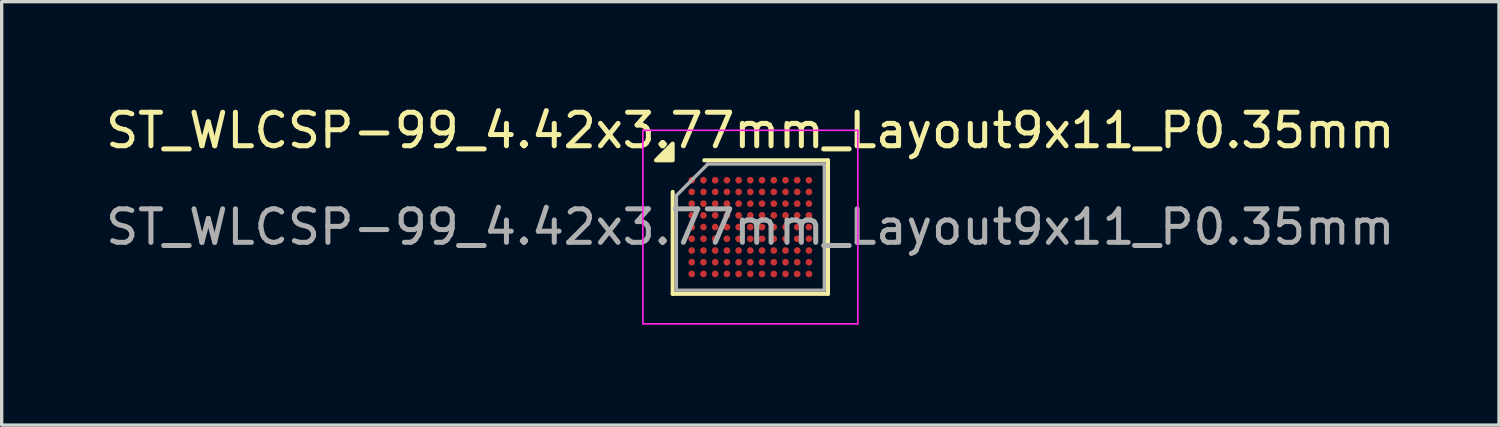
<source format=kicad_pcb>
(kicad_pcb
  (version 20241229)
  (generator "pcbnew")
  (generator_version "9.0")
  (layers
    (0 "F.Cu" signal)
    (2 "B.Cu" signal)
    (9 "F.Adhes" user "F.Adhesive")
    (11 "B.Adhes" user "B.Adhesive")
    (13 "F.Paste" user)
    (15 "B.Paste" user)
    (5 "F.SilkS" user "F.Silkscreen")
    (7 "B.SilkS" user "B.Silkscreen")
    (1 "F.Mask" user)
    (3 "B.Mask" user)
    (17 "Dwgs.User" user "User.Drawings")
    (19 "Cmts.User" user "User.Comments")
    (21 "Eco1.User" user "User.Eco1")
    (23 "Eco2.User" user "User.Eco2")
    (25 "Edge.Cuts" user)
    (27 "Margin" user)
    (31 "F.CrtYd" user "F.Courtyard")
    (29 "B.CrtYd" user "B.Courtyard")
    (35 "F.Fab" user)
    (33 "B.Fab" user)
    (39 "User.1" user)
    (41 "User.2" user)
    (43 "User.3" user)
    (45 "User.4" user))
  (footprint "ST_WLCSP-99_4.42x3.77mm_Layout9x11_P0.35mm"
    (layer "F.Cu")
    (at 19.363 3.733)
    (property "Reference" "ST_WLCSP-99_4.42x3.77mm_Layout9x11_P0.35mm" (at 0 -2.885 0) (layer "F.SilkS") (effects (font (size 1 1) (thickness 0.15))))
    (attr smd)
    (fp_line (start -2.32 1.995) (end -2.32 -1.052) (stroke (width 0.12) (type solid)) (layer "F.SilkS"))
    (fp_line (start -1.377 -1.995) (end 2.32 -1.995) (stroke (width 0.12) (type solid)) (layer "F.SilkS"))
    (fp_line (start 2.32 -1.995) (end 2.32 1.995) (stroke (width 0.12) (type solid)) (layer "F.SilkS"))
    (fp_line (start 2.32 1.995) (end -2.32 1.995) (stroke (width 0.12) (type solid)) (layer "F.SilkS"))
    (fp_poly (pts (xy -2.32 -1.995) (xy -2.82 -1.995) (xy -2.32 -2.495) (xy -2.32 -1.995)) (stroke (width 0.12) (type solid)) (fill yes) (layer "F.SilkS"))
    (fp_line (start -3.21 -2.89) (end -3.21 2.89) (stroke (width 0.05) (type solid)) (layer "F.CrtYd"))
    (fp_line (start -3.21 2.89) (end 3.21 2.89) (stroke (width 0.05) (type solid)) (layer "F.CrtYd"))
    (fp_line (start 3.21 -2.89) (end -3.21 -2.89) (stroke (width 0.05) (type solid)) (layer "F.CrtYd"))
    (fp_line (start 3.21 2.89) (end 3.21 -2.89) (stroke (width 0.05) (type solid)) (layer "F.CrtYd"))
    (fp_line (start -2.21 -0.943) (end -1.268 -1.885) (stroke (width 0.1) (type solid)) (layer "F.Fab"))
    (fp_line (start -2.21 1.885) (end -2.21 -0.943) (stroke (width 0.1) (type solid)) (layer "F.Fab"))
    (fp_line (start -1.268 -1.885) (end 2.21 -1.885) (stroke (width 0.1) (type solid)) (layer "F.Fab"))
    (fp_line (start 2.21 -1.885) (end 2.21 1.885) (stroke (width 0.1) (type solid)) (layer "F.Fab"))
    (fp_line (start 2.21 1.885) (end -2.21 1.885) (stroke (width 0.1) (type solid)) (layer "F.Fab"))
    (fp_text user "${REFERENCE}" (at 0 0 0) (layer "F.Fab") (effects (font (size 1 1) (thickness 0.15))))
    (pad "A1" smd circle (at -1.75 -1.4) (size 0.2 0.2) (property pad_prop_bga) (layers "F.Cu" "F.Mask" "F.Paste"))
    (pad "A2" smd circle (at -1.4 -1.4) (size 0.2 0.2) (property pad_prop_bga) (layers "F.Cu" "F.Mask" "F.Paste"))
    (pad "A3" smd circle (at -1.05 -1.4) (size 0.2 0.2) (property pad_prop_bga) (layers "F.Cu" "F.Mask" "F.Paste"))
    (pad "A4" smd circle (at -0.7 -1.4) (size 0.2 0.2) (property pad_prop_bga) (layers "F.Cu" "F.Mask" "F.Paste"))
    (pad "A5" smd circle (at -0.35 -1.4) (size 0.2 0.2) (property pad_prop_bga) (layers "F.Cu" "F.Mask" "F.Paste"))
    (pad "A6" smd circle (at 0 -1.4) (size 0.2 0.2) (property pad_prop_bga) (layers "F.Cu" "F.Mask" "F.Paste"))
    (pad "A7" smd circle (at 0.35 -1.4) (size 0.2 0.2) (property pad_prop_bga) (layers "F.Cu" "F.Mask" "F.Paste"))
    (pad "A8" smd circle (at 0.7 -1.4) (size 0.2 0.2) (property pad_prop_bga) (layers "F.Cu" "F.Mask" "F.Paste"))
    (pad "A9" smd circle (at 1.05 -1.4) (size 0.2 0.2) (property pad_prop_bga) (layers "F.Cu" "F.Mask" "F.Paste"))
    (pad "A10" smd circle (at 1.4 -1.4) (size 0.2 0.2) (property pad_prop_bga) (layers "F.Cu" "F.Mask" "F.Paste"))
    (pad "A11" smd circle (at 1.75 -1.4) (size 0.2 0.2) (property pad_prop_bga) (layers "F.Cu" "F.Mask" "F.Paste"))
    (pad "B1" smd circle (at -1.75 -1.05) (size 0.2 0.2) (property pad_prop_bga) (layers "F.Cu" "F.Mask" "F.Paste"))
    (pad "B2" smd circle (at -1.4 -1.05) (size 0.2 0.2) (property pad_prop_bga) (layers "F.Cu" "F.Mask" "F.Paste"))
    (pad "B3" smd circle (at -1.05 -1.05) (size 0.2 0.2) (property pad_prop_bga) (layers "F.Cu" "F.Mask" "F.Paste"))
    (pad "B4" smd circle (at -0.7 -1.05) (size 0.2 0.2) (property pad_prop_bga) (layers "F.Cu" "F.Mask" "F.Paste"))
    (pad "B5" smd circle (at -0.35 -1.05) (size 0.2 0.2) (property pad_prop_bga) (layers "F.Cu" "F.Mask" "F.Paste"))
    (pad "B6" smd circle (at 0 -1.05) (size 0.2 0.2) (property pad_prop_bga) (layers "F.Cu" "F.Mask" "F.Paste"))
    (pad "B7" smd circle (at 0.35 -1.05) (size 0.2 0.2) (property pad_prop_bga) (layers "F.Cu" "F.Mask" "F.Paste"))
    (pad "B8" smd circle (at 0.7 -1.05) (size 0.2 0.2) (property pad_prop_bga) (layers "F.Cu" "F.Mask" "F.Paste"))
    (pad "B9" smd circle (at 1.05 -1.05) (size 0.2 0.2) (property pad_prop_bga) (layers "F.Cu" "F.Mask" "F.Paste"))
    (pad "B10" smd circle (at 1.4 -1.05) (size 0.2 0.2) (property pad_prop_bga) (layers "F.Cu" "F.Mask" "F.Paste"))
    (pad "B11" smd circle (at 1.75 -1.05) (size 0.2 0.2) (property pad_prop_bga) (layers "F.Cu" "F.Mask" "F.Paste"))
    (pad "C1" smd circle (at -1.75 -0.7) (size 0.2 0.2) (property pad_prop_bga) (layers "F.Cu" "F.Mask" "F.Paste"))
    (pad "C2" smd circle (at -1.4 -0.7) (size 0.2 0.2) (property pad_prop_bga) (layers "F.Cu" "F.Mask" "F.Paste"))
    (pad "C3" smd circle (at -1.05 -0.7) (size 0.2 0.2) (property pad_prop_bga) (layers "F.Cu" "F.Mask" "F.Paste"))
    (pad "C4" smd circle (at -0.7 -0.7) (size 0.2 0.2) (property pad_prop_bga) (layers "F.Cu" "F.Mask" "F.Paste"))
    (pad "C5" smd circle (at -0.35 -0.7) (size 0.2 0.2) (property pad_prop_bga) (layers "F.Cu" "F.Mask" "F.Paste"))
    (pad "C6" smd circle (at 0 -0.7) (size 0.2 0.2) (property pad_prop_bga) (layers "F.Cu" "F.Mask" "F.Paste"))
    (pad "C7" smd circle (at 0.35 -0.7) (size 0.2 0.2) (property pad_prop_bga) (layers "F.Cu" "F.Mask" "F.Paste"))
    (pad "C8" smd circle (at 0.7 -0.7) (size 0.2 0.2) (property pad_prop_bga) (layers "F.Cu" "F.Mask" "F.Paste"))
    (pad "C9" smd circle (at 1.05 -0.7) (size 0.2 0.2) (property pad_prop_bga) (layers "F.Cu" "F.Mask" "F.Paste"))
    (pad "C10" smd circle (at 1.4 -0.7) (size 0.2 0.2) (property pad_prop_bga) (layers "F.Cu" "F.Mask" "F.Paste"))
    (pad "C11" smd circle (at 1.75 -0.7) (size 0.2 0.2) (property pad_prop_bga) (layers "F.Cu" "F.Mask" "F.Paste"))
    (pad "D1" smd circle (at -1.75 -0.35) (size 0.2 0.2) (property pad_prop_bga) (layers "F.Cu" "F.Mask" "F.Paste"))
    (pad "D2" smd circle (at -1.4 -0.35) (size 0.2 0.2) (property pad_prop_bga) (layers "F.Cu" "F.Mask" "F.Paste"))
    (pad "D3" smd circle (at -1.05 -0.35) (size 0.2 0.2) (property pad_prop_bga) (layers "F.Cu" "F.Mask" "F.Paste"))
    (pad "D4" smd circle (at -0.7 -0.35) (size 0.2 0.2) (property pad_prop_bga) (layers "F.Cu" "F.Mask" "F.Paste"))
    (pad "D5" smd circle (at -0.35 -0.35) (size 0.2 0.2) (property pad_prop_bga) (layers "F.Cu" "F.Mask" "F.Paste"))
    (pad "D6" smd circle (at 0 -0.35) (size 0.2 0.2) (property pad_prop_bga) (layers "F.Cu" "F.Mask" "F.Paste"))
    (pad "D7" smd circle (at 0.35 -0.35) (size 0.2 0.2) (property pad_prop_bga) (layers "F.Cu" "F.Mask" "F.Paste"))
    (pad "D8" smd circle (at 0.7 -0.35) (size 0.2 0.2) (property pad_prop_bga) (layers "F.Cu" "F.Mask" "F.Paste"))
    (pad "D9" smd circle (at 1.05 -0.35) (size 0.2 0.2) (property pad_prop_bga) (layers "F.Cu" "F.Mask" "F.Paste"))
    (pad "D10" smd circle (at 1.4 -0.35) (size 0.2 0.2) (property pad_prop_bga) (layers "F.Cu" "F.Mask" "F.Paste"))
    (pad "D11" smd circle (at 1.75 -0.35) (size 0.2 0.2) (property pad_prop_bga) (layers "F.Cu" "F.Mask" "F.Paste"))
    (pad "E1" smd circle (at -1.75 0) (size 0.2 0.2) (property pad_prop_bga) (layers "F.Cu" "F.Mask" "F.Paste"))
    (pad "E2" smd circle (at -1.4 0) (size 0.2 0.2) (property pad_prop_bga) (layers "F.Cu" "F.Mask" "F.Paste"))
    (pad "E3" smd circle (at -1.05 0) (size 0.2 0.2) (property pad_prop_bga) (layers "F.Cu" "F.Mask" "F.Paste"))
    (pad "E4" smd circle (at -0.7 0) (size 0.2 0.2) (property pad_prop_bga) (layers "F.Cu" "F.Mask" "F.Paste"))
    (pad "E5" smd circle (at -0.35 0) (size 0.2 0.2) (property pad_prop_bga) (layers "F.Cu" "F.Mask" "F.Paste"))
    (pad "E6" smd circle (at 0 0) (size 0.2 0.2) (property pad_prop_bga) (layers "F.Cu" "F.Mask" "F.Paste"))
    (pad "E7" smd circle (at 0.35 0) (size 0.2 0.2) (property pad_prop_bga) (layers "F.Cu" "F.Mask" "F.Paste"))
    (pad "E8" smd circle (at 0.7 0) (size 0.2 0.2) (property pad_prop_bga) (layers "F.Cu" "F.Mask" "F.Paste"))
    (pad "E9" smd circle (at 1.05 0) (size 0.2 0.2) (property pad_prop_bga) (layers "F.Cu" "F.Mask" "F.Paste"))
    (pad "E10" smd circle (at 1.4 0) (size 0.2 0.2) (property pad_prop_bga) (layers "F.Cu" "F.Mask" "F.Paste"))
    (pad "E11" smd circle (at 1.75 0) (size 0.2 0.2) (property pad_prop_bga) (layers "F.Cu" "F.Mask" "F.Paste"))
    (pad "F1" smd circle (at -1.75 0.35) (size 0.2 0.2) (property pad_prop_bga) (layers "F.Cu" "F.Mask" "F.Paste"))
    (pad "F2" smd circle (at -1.4 0.35) (size 0.2 0.2) (property pad_prop_bga) (layers "F.Cu" "F.Mask" "F.Paste"))
    (pad "F3" smd circle (at -1.05 0.35) (size 0.2 0.2) (property pad_prop_bga) (layers "F.Cu" "F.Mask" "F.Paste"))
    (pad "F4" smd circle (at -0.7 0.35) (size 0.2 0.2) (property pad_prop_bga) (layers "F.Cu" "F.Mask" "F.Paste"))
    (pad "F5" smd circle (at -0.35 0.35) (size 0.2 0.2) (property pad_prop_bga) (layers "F.Cu" "F.Mask" "F.Paste"))
    (pad "F6" smd circle (at 0 0.35) (size 0.2 0.2) (property pad_prop_bga) (layers "F.Cu" "F.Mask" "F.Paste"))
    (pad "F7" smd circle (at 0.35 0.35) (size 0.2 0.2) (property pad_prop_bga) (layers "F.Cu" "F.Mask" "F.Paste"))
    (pad "F8" smd circle (at 0.7 0.35) (size 0.2 0.2) (property pad_prop_bga) (layers "F.Cu" "F.Mask" "F.Paste"))
    (pad "F9" smd circle (at 1.05 0.35) (size 0.2 0.2) (property pad_prop_bga) (layers "F.Cu" "F.Mask" "F.Paste"))
    (pad "F10" smd circle (at 1.4 0.35) (size 0.2 0.2) (property pad_prop_bga) (layers "F.Cu" "F.Mask" "F.Paste"))
    (pad "F11" smd circle (at 1.75 0.35) (size 0.2 0.2) (property pad_prop_bga) (layers "F.Cu" "F.Mask" "F.Paste"))
    (pad "G1" smd circle (at -1.75 0.7) (size 0.2 0.2) (property pad_prop_bga) (layers "F.Cu" "F.Mask" "F.Paste"))
    (pad "G2" smd circle (at -1.4 0.7) (size 0.2 0.2) (property pad_prop_bga) (layers "F.Cu" "F.Mask" "F.Paste"))
    (pad "G3" smd circle (at -1.05 0.7) (size 0.2 0.2) (property pad_prop_bga) (layers "F.Cu" "F.Mask" "F.Paste"))
    (pad "G4" smd circle (at -0.7 0.7) (size 0.2 0.2) (property pad_prop_bga) (layers "F.Cu" "F.Mask" "F.Paste"))
    (pad "G5" smd circle (at -0.35 0.7) (size 0.2 0.2) (property pad_prop_bga) (layers "F.Cu" "F.Mask" "F.Paste"))
    (pad "G6" smd circle (at 0 0.7) (size 0.2 0.2) (property pad_prop_bga) (layers "F.Cu" "F.Mask" "F.Paste"))
    (pad "G7" smd circle (at 0.35 0.7) (size 0.2 0.2) (property pad_prop_bga) (layers "F.Cu" "F.Mask" "F.Paste"))
    (pad "G8" smd circle (at 0.7 0.7) (size 0.2 0.2) (property pad_prop_bga) (layers "F.Cu" "F.Mask" "F.Paste"))
    (pad "G9" smd circle (at 1.05 0.7) (size 0.2 0.2) (property pad_prop_bga) (layers "F.Cu" "F.Mask" "F.Paste"))
    (pad "G10" smd circle (at 1.4 0.7) (size 0.2 0.2) (property pad_prop_bga) (layers "F.Cu" "F.Mask" "F.Paste"))
    (pad "G11" smd circle (at 1.75 0.7) (size 0.2 0.2) (property pad_prop_bga) (layers "F.Cu" "F.Mask" "F.Paste"))
    (pad "H1" smd circle (at -1.75 1.05) (size 0.2 0.2) (property pad_prop_bga) (layers "F.Cu" "F.Mask" "F.Paste"))
    (pad "H2" smd circle (at -1.4 1.05) (size 0.2 0.2) (property pad_prop_bga) (layers "F.Cu" "F.Mask" "F.Paste"))
    (pad "H3" smd circle (at -1.05 1.05) (size 0.2 0.2) (property pad_prop_bga) (layers "F.Cu" "F.Mask" "F.Paste"))
    (pad "H4" smd circle (at -0.7 1.05) (size 0.2 0.2) (property pad_prop_bga) (layers "F.Cu" "F.Mask" "F.Paste"))
    (pad "H5" smd circle (at -0.35 1.05) (size 0.2 0.2) (property pad_prop_bga) (layers "F.Cu" "F.Mask" "F.Paste"))
    (pad "H6" smd circle (at 0 1.05) (size 0.2 0.2) (property pad_prop_bga) (layers "F.Cu" "F.Mask" "F.Paste"))
    (pad "H7" smd circle (at 0.35 1.05) (size 0.2 0.2) (property pad_prop_bga) (layers "F.Cu" "F.Mask" "F.Paste"))
    (pad "H8" smd circle (at 0.7 1.05) (size 0.2 0.2) (property pad_prop_bga) (layers "F.Cu" "F.Mask" "F.Paste"))
    (pad "H9" smd circle (at 1.05 1.05) (size 0.2 0.2) (property pad_prop_bga) (layers "F.Cu" "F.Mask" "F.Paste"))
    (pad "H10" smd circle (at 1.4 1.05) (size 0.2 0.2) (property pad_prop_bga) (layers "F.Cu" "F.Mask" "F.Paste"))
    (pad "H11" smd circle (at 1.75 1.05) (size 0.2 0.2) (property pad_prop_bga) (layers "F.Cu" "F.Mask" "F.Paste"))
    (pad "J1" smd circle (at -1.75 1.4) (size 0.2 0.2) (property pad_prop_bga) (layers "F.Cu" "F.Mask" "F.Paste"))
    (pad "J2" smd circle (at -1.4 1.4) (size 0.2 0.2) (property pad_prop_bga) (layers "F.Cu" "F.Mask" "F.Paste"))
    (pad "J3" smd circle (at -1.05 1.4) (size 0.2 0.2) (property pad_prop_bga) (layers "F.Cu" "F.Mask" "F.Paste"))
    (pad "J4" smd circle (at -0.7 1.4) (size 0.2 0.2) (property pad_prop_bga) (layers "F.Cu" "F.Mask" "F.Paste"))
    (pad "J5" smd circle (at -0.35 1.4) (size 0.2 0.2) (property pad_prop_bga) (layers "F.Cu" "F.Mask" "F.Paste"))
    (pad "J6" smd circle (at 0 1.4) (size 0.2 0.2) (property pad_prop_bga) (layers "F.Cu" "F.Mask" "F.Paste"))
    (pad "J7" smd circle (at 0.35 1.4) (size 0.2 0.2) (property pad_prop_bga) (layers "F.Cu" "F.Mask" "F.Paste"))
    (pad "J8" smd circle (at 0.7 1.4) (size 0.2 0.2) (property pad_prop_bga) (layers "F.Cu" "F.Mask" "F.Paste"))
    (pad "J9" smd circle (at 1.05 1.4) (size 0.2 0.2) (property pad_prop_bga) (layers "F.Cu" "F.Mask" "F.Paste"))
    (pad "J10" smd circle (at 1.4 1.4) (size 0.2 0.2) (property pad_prop_bga) (layers "F.Cu" "F.Mask" "F.Paste"))
    (pad "J11" smd circle (at 1.75 1.4) (size 0.2 0.2) (property pad_prop_bga) (layers "F.Cu" "F.Mask" "F.Paste")))
  (gr_rect
    (start -3 -3)
    (end 41.726 9.648)
    (stroke (width 0.1) (type default))
    (fill no)
    (layer "Edge.Cuts")))
</source>
